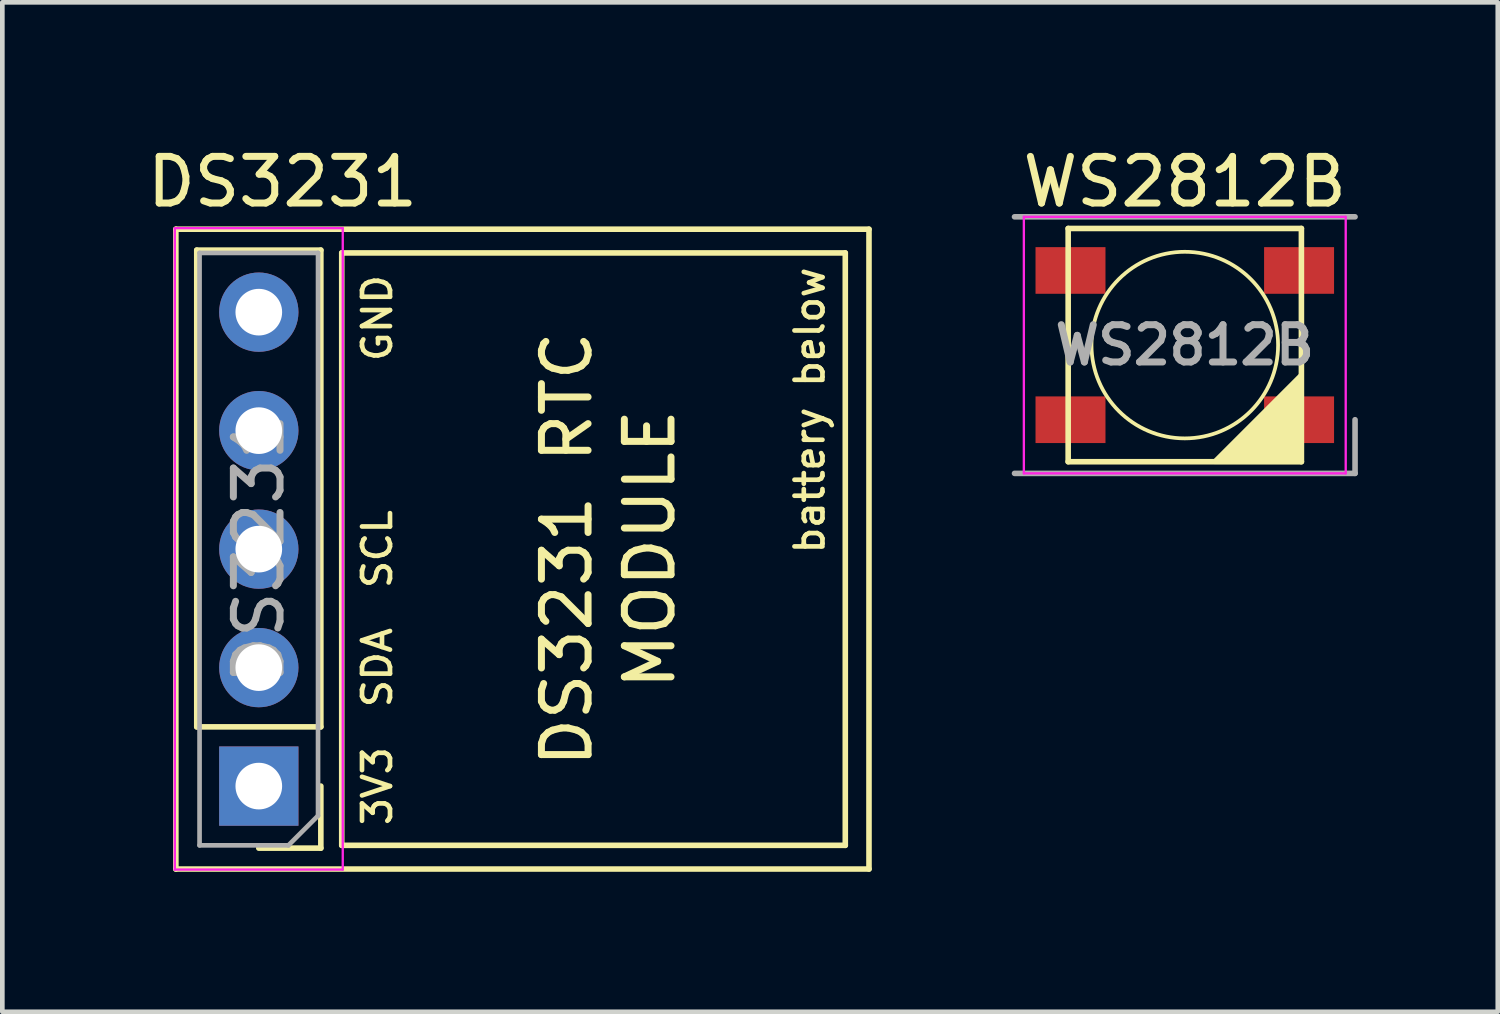
<source format=kicad_pcb>
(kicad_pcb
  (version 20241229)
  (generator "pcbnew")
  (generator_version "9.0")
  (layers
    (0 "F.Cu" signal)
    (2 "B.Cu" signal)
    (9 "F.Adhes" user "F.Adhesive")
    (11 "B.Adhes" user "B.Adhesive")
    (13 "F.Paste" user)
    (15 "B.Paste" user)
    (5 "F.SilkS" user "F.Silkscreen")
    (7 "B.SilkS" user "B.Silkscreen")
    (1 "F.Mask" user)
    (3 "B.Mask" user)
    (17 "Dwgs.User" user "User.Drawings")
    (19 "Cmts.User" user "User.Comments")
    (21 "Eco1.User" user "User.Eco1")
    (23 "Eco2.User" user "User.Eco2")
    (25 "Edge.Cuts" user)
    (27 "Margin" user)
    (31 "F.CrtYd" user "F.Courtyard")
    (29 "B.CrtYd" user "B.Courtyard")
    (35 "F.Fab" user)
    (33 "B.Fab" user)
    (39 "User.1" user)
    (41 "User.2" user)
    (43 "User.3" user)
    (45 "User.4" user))
  (footprint "DS3231"
    (layer "F.Cu")
    (at 2.498 3.642)
    (property "Reference" "DS3231" (at 0.508 -2.794 0) (layer "F.SilkS") (effects (font (size 1 1) (thickness 0.15))))
    (attr through_hole)
    (fp_line (start -1.778 -1.778) (end 13.081 -1.778) (stroke (width 0.12) (type solid)) (layer "F.SilkS"))
    (fp_line (start -1.778 11.938) (end -1.778 -1.778) (stroke (width 0.12) (type solid)) (layer "F.SilkS"))
    (fp_line (start -1.33 8.89) (end -1.33 -1.33) (stroke (width 0.12) (type solid)) (layer "F.SilkS"))
    (fp_line (start 1.33 -1.33) (end -1.33 -1.33) (stroke (width 0.12) (type solid)) (layer "F.SilkS"))
    (fp_line (start 1.33 8.89) (end -1.33 8.89) (stroke (width 0.12) (type solid)) (layer "F.SilkS"))
    (fp_line (start 1.33 8.89) (end 1.33 -1.33) (stroke (width 0.12) (type solid)) (layer "F.SilkS"))
    (fp_line (start 1.33 10.16) (end 1.33 11.49) (stroke (width 0.12) (type solid)) (layer "F.SilkS"))
    (fp_line (start 1.33 11.49) (end 0 11.49) (stroke (width 0.12) (type solid)) (layer "F.SilkS"))
    (fp_line (start 1.778 -1.27) (end 12.573 -1.27) (stroke (width 0.12) (type solid)) (layer "F.SilkS"))
    (fp_line (start 1.778 11.43) (end 1.778 -1.27) (stroke (width 0.12) (type solid)) (layer "F.SilkS"))
    (fp_line (start 12.573 -1.27) (end 12.573 11.43) (stroke (width 0.12) (type solid)) (layer "F.SilkS"))
    (fp_line (start 12.573 11.43) (end 1.778 11.43) (stroke (width 0.12) (type solid)) (layer "F.SilkS"))
    (fp_line (start 13.081 -1.778) (end 13.081 11.938) (stroke (width 0.12) (type solid)) (layer "F.SilkS"))
    (fp_line (start 13.081 11.938) (end -1.778 11.938) (stroke (width 0.12) (type solid)) (layer "F.SilkS"))
    (fp_line (start -1.8 -1.8) (end -1.8 11.95) (stroke (width 0.05) (type solid)) (layer "F.CrtYd"))
    (fp_line (start -1.8 11.95) (end 1.8 11.95) (stroke (width 0.05) (type solid)) (layer "F.CrtYd"))
    (fp_line (start 1.8 -1.8) (end -1.8 -1.8) (stroke (width 0.05) (type solid)) (layer "F.CrtYd"))
    (fp_line (start 1.8 11.95) (end 1.8 -1.8) (stroke (width 0.05) (type solid)) (layer "F.CrtYd"))
    (fp_line (start -1.27 -1.27) (end 1.27 -1.27) (stroke (width 0.1) (type solid)) (layer "F.Fab"))
    (fp_line (start -1.27 11.43) (end -1.27 -1.27) (stroke (width 0.1) (type solid)) (layer "F.Fab"))
    (fp_line (start 0.635 11.43) (end -1.27 11.43) (stroke (width 0.1) (type solid)) (layer "F.Fab"))
    (fp_line (start 1.27 -1.27) (end 1.27 10.795) (stroke (width 0.1) (type solid)) (layer "F.Fab"))
    (fp_line (start 1.27 10.795) (end 0.635 11.43) (stroke (width 0.1) (type solid)) (layer "F.Fab"))
    (fp_text user "battery below" (at 11.811 -1.016 90) (unlocked yes) (layer "F.SilkS") (effects (font (size 0.6 0.6) (thickness 0.1)) (justify right)))
    (fp_text user "GND" (at 2.54 0.127 90) (layer "F.SilkS") (effects (font (size 0.6 0.6) (thickness 0.1))))
    (fp_text user "3V3" (at 2.54 10.16 90) (layer "F.SilkS") (effects (font (size 0.6 0.6) (thickness 0.1))))
    (fp_text user "DS3231 RTC" (at 6.604 5.08 90) (unlocked yes) (layer "F.SilkS") (effects (font (size 1 1) (thickness 0.15))))
    (fp_text user "MODULE" (at 8.382 5.08 90) (unlocked yes) (layer "F.SilkS") (effects (font (size 1 1) (thickness 0.15))))
    (fp_text user "SDA" (at 2.54 7.62 90) (layer "F.SilkS") (effects (font (size 0.6 0.6) (thickness 0.1))))
    (fp_text user "SCL" (at 2.54 5.08 90) (layer "F.SilkS") (effects (font (size 0.6 0.6) (thickness 0.1))))
    (fp_text user "${REFERENCE}" (at 0 5.08 270) (layer "F.Fab") (effects (font (size 1 1) (thickness 0.15))))
    (pad "1" thru_hole rect (at 0 10.16 180) (size 1.7 1.7) (drill 1) (layers "*.Cu" "*.Mask"))
    (pad "2" thru_hole oval (at 0 7.62 180) (size 1.7 1.7) (drill 1) (layers "*.Cu" "*.Mask"))
    (pad "3" thru_hole oval (at 0 5.08 180) (size 1.7 1.7) (drill 1) (layers "*.Cu" "*.Mask"))
    (pad "4" thru_hole oval (at 0 2.54 180) (size 1.7 1.7) (drill 1) (layers "*.Cu" "*.Mask"))
    (pad "5" thru_hole oval (at 0 0 180) (size 1.7 1.7) (drill 1) (layers "*.Cu" "*.Mask")))
  (footprint "WS2812B"
    (layer "F.Cu")
    (at 22.349 4.348)
    (property "Reference" "WS2812B" (at 0 -3.5 0) (layer "F.SilkS") (effects (font (size 1 1) (thickness 0.15))))
    (attr smd)
    (fp_line (start -2.5 -2.5) (end -2.5 2.5) (stroke (width 0.12) (type solid)) (layer "F.SilkS"))
    (fp_line (start -2.5 2.5) (end 2.5 2.5) (stroke (width 0.12) (type solid)) (layer "F.SilkS"))
    (fp_line (start 2.5 -2.5) (end -2.5 -2.5) (stroke (width 0.12) (type solid)) (layer "F.SilkS"))
    (fp_line (start 2.5 2.5) (end 2.5 -2.5) (stroke (width 0.12) (type solid)) (layer "F.SilkS"))
    (fp_circle (center 0 0) (end 2 0) (stroke (width 0.08) (type solid)) (fill no) (layer "F.SilkS"))
    (fp_poly (pts (xy 0.635 2.5) (xy 2.5 2.5) (xy 2.5 0.635)) (stroke (width 0.1) (type solid)) (fill yes) (layer "F.SilkS"))
    (fp_line (start -3.45 -2.75) (end -3.45 2.75) (stroke (width 0.05) (type solid)) (layer "F.CrtYd"))
    (fp_line (start -3.45 2.75) (end 3.45 2.75) (stroke (width 0.05) (type solid)) (layer "F.CrtYd"))
    (fp_line (start 3.45 -2.75) (end -3.45 -2.75) (stroke (width 0.05) (type solid)) (layer "F.CrtYd"))
    (fp_line (start 3.45 2.75) (end 3.45 -2.75) (stroke (width 0.05) (type solid)) (layer "F.CrtYd"))
    (fp_line (start -3.65 -2.75) (end 3.65 -2.75) (stroke (width 0.12) (type solid)) (layer "F.Fab"))
    (fp_line (start -3.65 2.75) (end 3.65 2.75) (stroke (width 0.12) (type solid)) (layer "F.Fab"))
    (fp_line (start 3.65 2.75) (end 3.65 1.6) (stroke (width 0.12) (type solid)) (layer "F.Fab"))
    (fp_text user "${REFERENCE}" (at 0 0 0) (layer "F.Fab") (effects (font (size 0.8 0.8) (thickness 0.15))))
    (pad "1" smd rect (at -2.45 -1.6) (size 1.5 1) (layers "F.Cu" "F.Mask" "F.Paste"))
    (pad "2" smd rect (at -2.45 1.6) (size 1.5 1) (layers "F.Cu" "F.Mask" "F.Paste"))
    (pad "3" smd rect (at 2.45 1.6) (size 1.5 1) (layers "F.Cu" "F.Mask" "F.Paste"))
    (pad "4" smd rect (at 2.45 -1.6) (size 1.5 1) (layers "F.Cu" "F.Mask" "F.Paste")))
  (gr_rect
    (start -3 -3)
    (end 29.059 18.64)
    (stroke (width 0.1) (type default))
    (fill no)
    (layer "Edge.Cuts")))
</source>
